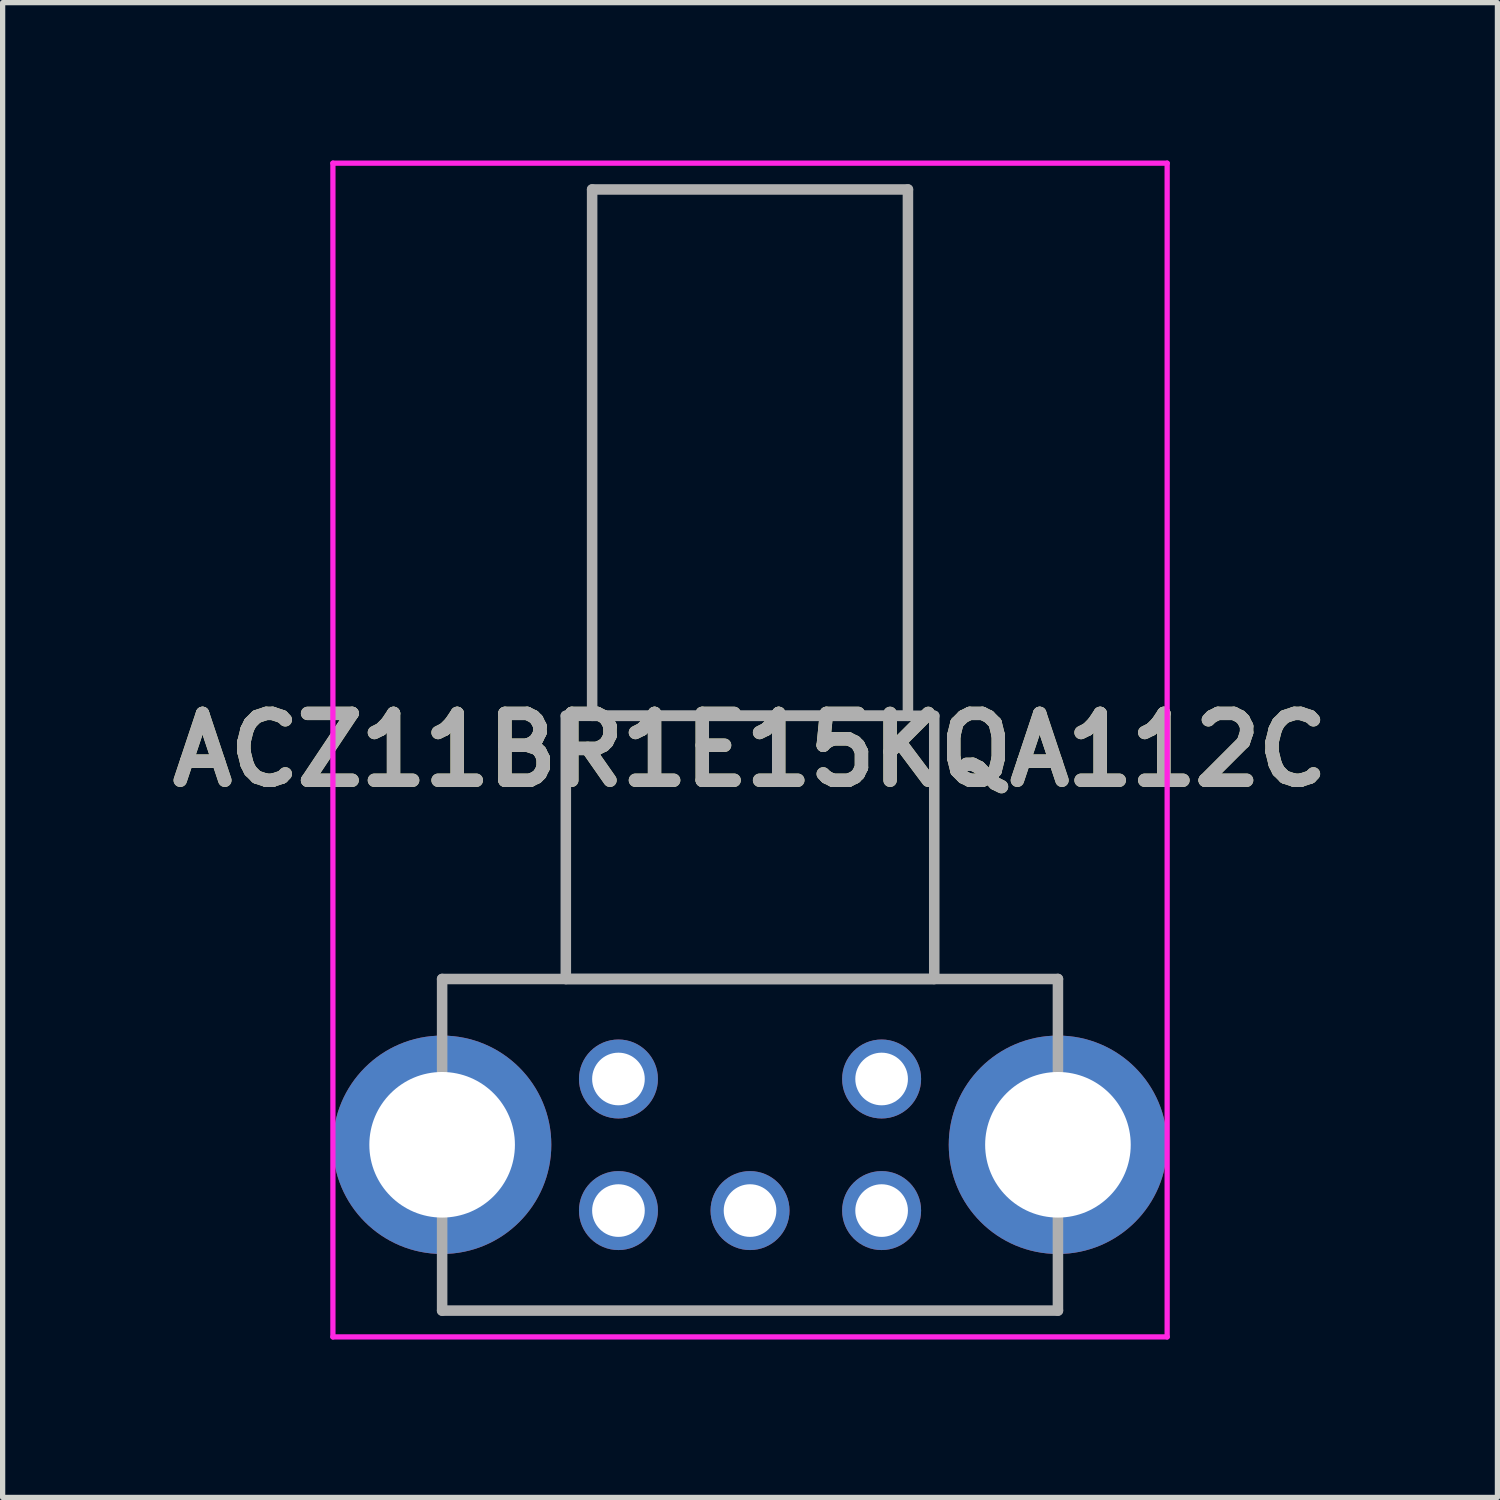
<source format=kicad_pcb>
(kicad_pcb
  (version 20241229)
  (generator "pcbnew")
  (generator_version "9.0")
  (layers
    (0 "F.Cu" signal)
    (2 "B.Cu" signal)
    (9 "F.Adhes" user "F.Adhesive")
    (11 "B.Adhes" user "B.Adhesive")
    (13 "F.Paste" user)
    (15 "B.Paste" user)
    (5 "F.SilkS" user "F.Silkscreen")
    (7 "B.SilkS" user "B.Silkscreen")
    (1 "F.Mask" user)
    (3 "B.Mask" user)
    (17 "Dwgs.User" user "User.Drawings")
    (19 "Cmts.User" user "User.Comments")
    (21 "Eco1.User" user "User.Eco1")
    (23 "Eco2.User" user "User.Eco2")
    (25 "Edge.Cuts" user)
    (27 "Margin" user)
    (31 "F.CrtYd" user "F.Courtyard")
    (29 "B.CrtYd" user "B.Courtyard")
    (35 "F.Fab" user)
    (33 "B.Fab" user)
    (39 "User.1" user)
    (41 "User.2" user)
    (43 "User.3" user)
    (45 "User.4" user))
  (footprint "ACZ11BR1E15KQA112C"
    (layer "F.Cu")
    (at 8.7 19.95)
    (property "Reference" "ACZ11BR1E15KQA112C" (at 2.5 -8.75 0) (layer "F.SilkS") (effects (font (size 1.27 1.27) (thickness 0.254))))
    (attr through_hole)
    (fp_line (start -3.35 -4.4) (end 8.35 -4.4) (stroke (width 0.1) (type solid)) (layer "F.SilkS"))
    (fp_line (start -3.35 -3.5) (end -3.35 -4.4) (stroke (width 0.1) (type solid)) (layer "F.SilkS"))
    (fp_line (start -3.35 1) (end -3.35 1.9) (stroke (width 0.1) (type solid)) (layer "F.SilkS"))
    (fp_line (start -3.35 1.9) (end 8.35 1.9) (stroke (width 0.1) (type solid)) (layer "F.SilkS"))
    (fp_line (start 8.35 -4.4) (end 8.35 -3.5) (stroke (width 0.1) (type solid)) (layer "F.SilkS"))
    (fp_line (start 8.35 1.9) (end 8.35 1) (stroke (width 0.1) (type solid)) (layer "F.SilkS"))
    (fp_line (start -5.425 -19.9) (end 10.425 -19.9) (stroke (width 0.1) (type solid)) (layer "F.CrtYd"))
    (fp_line (start -5.425 2.4) (end -5.425 -19.9) (stroke (width 0.1) (type solid)) (layer "F.CrtYd"))
    (fp_line (start 10.425 -19.9) (end 10.425 2.4) (stroke (width 0.1) (type solid)) (layer "F.CrtYd"))
    (fp_line (start 10.425 2.4) (end -5.425 2.4) (stroke (width 0.1) (type solid)) (layer "F.CrtYd"))
    (fp_line (start -3.35 -4.4) (end 8.35 -4.4) (stroke (width 0.2) (type solid)) (layer "F.Fab"))
    (fp_line (start -3.35 1.9) (end -3.35 -4.4) (stroke (width 0.2) (type solid)) (layer "F.Fab"))
    (fp_line (start -1 -9.4) (end -1 -4.4) (stroke (width 0.2) (type solid)) (layer "F.Fab"))
    (fp_line (start -1 -4.4) (end 6 -4.4) (stroke (width 0.2) (type solid)) (layer "F.Fab"))
    (fp_line (start -0.5 -19.4) (end -0.5 -9.4) (stroke (width 0.2) (type solid)) (layer "F.Fab"))
    (fp_line (start -0.5 -9.4) (end 5.5 -9.4) (stroke (width 0.2) (type solid)) (layer "F.Fab"))
    (fp_line (start 5.5 -19.4) (end -0.5 -19.4) (stroke (width 0.2) (type solid)) (layer "F.Fab"))
    (fp_line (start 5.5 -9.4) (end 5.5 -19.4) (stroke (width 0.2) (type solid)) (layer "F.Fab"))
    (fp_line (start 6 -9.4) (end -1 -9.4) (stroke (width 0.2) (type solid)) (layer "F.Fab"))
    (fp_line (start 6 -4.4) (end 6 -9.4) (stroke (width 0.2) (type solid)) (layer "F.Fab"))
    (fp_line (start 8.35 -4.4) (end 8.35 1.9) (stroke (width 0.2) (type solid)) (layer "F.Fab"))
    (fp_line (start 8.35 1.9) (end -3.35 1.9) (stroke (width 0.2) (type solid)) (layer "F.Fab"))
    (fp_text user "${REFERENCE}" (at 2.5 -8.75 0) (layer "F.Fab") (effects (font (size 1.27 1.27) (thickness 0.254))))
    (pad "A1" thru_hole circle (at 0 0) (size 1.5 1.5) (drill 1) (layers "*.Cu" "*.Mask"))
    (pad "B1" thru_hole circle (at 5 0) (size 1.5 1.5) (drill 1) (layers "*.Cu" "*.Mask"))
    (pad "C1" thru_hole circle (at 2.5 0) (size 1.5 1.5) (drill 1) (layers "*.Cu" "*.Mask"))
    (pad "MH1" thru_hole circle (at -3.35 -1.25) (size 4.149 4.149) (drill 2.766) (layers "*.Cu" "*.Mask"))
    (pad "MH2" thru_hole circle (at 8.35 -1.25) (size 4.149 4.149) (drill 2.766) (layers "*.Cu" "*.Mask"))
    (pad "S1" thru_hole circle (at 0 -2.5) (size 1.5 1.5) (drill 1) (layers "*.Cu" "*.Mask"))
    (pad "S2" thru_hole circle (at 5 -2.5) (size 1.5 1.5) (drill 1) (layers "*.Cu" "*.Mask")))
  (gr_rect
    (start -3 -3)
    (end 25.4 25.4)
    (stroke (width 0.1) (type default))
    (fill no)
    (layer "Edge.Cuts")))
</source>
